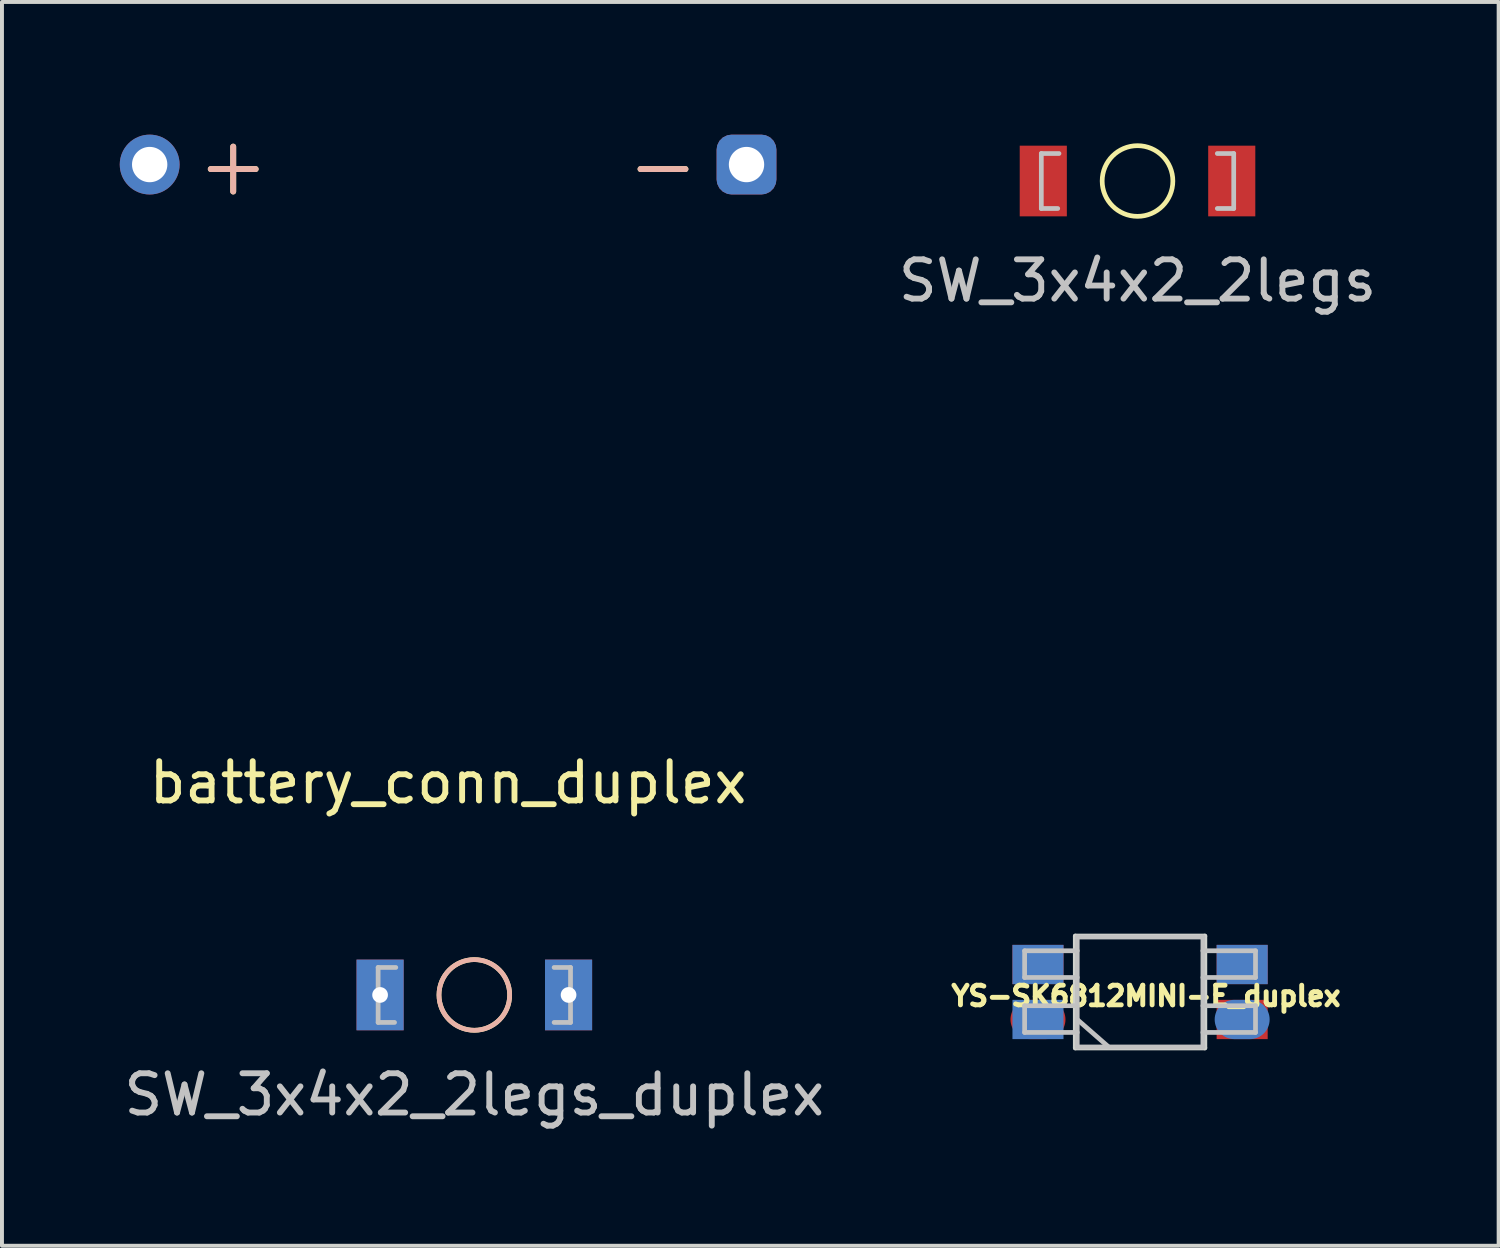
<source format=kicad_pcb>
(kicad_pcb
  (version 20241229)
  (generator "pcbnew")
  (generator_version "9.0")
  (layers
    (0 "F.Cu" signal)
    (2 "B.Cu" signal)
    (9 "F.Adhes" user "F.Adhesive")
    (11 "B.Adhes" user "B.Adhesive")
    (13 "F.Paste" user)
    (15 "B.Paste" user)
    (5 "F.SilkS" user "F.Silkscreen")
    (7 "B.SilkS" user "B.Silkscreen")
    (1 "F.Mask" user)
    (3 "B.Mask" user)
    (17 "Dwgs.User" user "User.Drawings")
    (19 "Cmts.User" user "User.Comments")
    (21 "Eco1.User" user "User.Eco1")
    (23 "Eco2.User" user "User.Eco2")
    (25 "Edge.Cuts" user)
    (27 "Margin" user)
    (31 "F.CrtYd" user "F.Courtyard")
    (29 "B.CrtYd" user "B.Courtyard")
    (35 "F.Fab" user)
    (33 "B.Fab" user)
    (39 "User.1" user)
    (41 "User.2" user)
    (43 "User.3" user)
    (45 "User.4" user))
  (footprint "YS-SK6812MINI-E_duplex"
    (layer "F.Cu")
    (at 25.985 22.214)
    (property "Reference" "YS-SK6812MINI-E_duplex" (at 0.152 0.102 0) (layer "F.SilkS") (effects (font (size 0.5 0.5) (thickness 0.125))))
    (attr through_hole)
    (fp_line (start -2.94 -1.05) (end -1.6 -1.05) (stroke (width 0.12) (type solid)) (layer "Dwgs.User"))
    (fp_line (start -2.94 -0.37) (end -2.94 -1.05) (stroke (width 0.12) (type solid)) (layer "Dwgs.User"))
    (fp_line (start -2.94 0.35) (end -1.6 0.35) (stroke (width 0.12) (type solid)) (layer "Dwgs.User"))
    (fp_line (start -2.94 1.03) (end -2.94 0.35) (stroke (width 0.12) (type solid)) (layer "Dwgs.User"))
    (fp_line (start -1.6 -0.37) (end -2.94 -0.37) (stroke (width 0.12) (type solid)) (layer "Dwgs.User"))
    (fp_line (start -1.6 1.03) (end -2.94 1.03) (stroke (width 0.12) (type solid)) (layer "Dwgs.User"))
    (fp_line (start -1.6 1.4) (end -1.6 -1.4) (stroke (width 0.12) (type solid)) (layer "Dwgs.User"))
    (fp_line (start -0.8 1.4) (end -1.6 0.7) (stroke (width 0.12) (type solid)) (layer "Dwgs.User"))
    (fp_line (start 1.6 -1.4) (end -1.6 -1.4) (stroke (width 0.12) (type solid)) (layer "Dwgs.User"))
    (fp_line (start 1.6 -1.05) (end 2.94 -1.05) (stroke (width 0.12) (type solid)) (layer "Dwgs.User"))
    (fp_line (start 1.6 0.35) (end 2.94 0.35) (stroke (width 0.12) (type solid)) (layer "Dwgs.User"))
    (fp_line (start 1.6 1.4) (end -1.6 1.4) (stroke (width 0.12) (type solid)) (layer "Dwgs.User"))
    (fp_line (start 1.6 1.4) (end 1.6 -1.4) (stroke (width 0.12) (type solid)) (layer "Dwgs.User"))
    (fp_line (start 2.94 -1.05) (end 2.94 -0.37) (stroke (width 0.12) (type solid)) (layer "Dwgs.User"))
    (fp_line (start 2.94 -0.37) (end 1.6 -0.37) (stroke (width 0.12) (type solid)) (layer "Dwgs.User"))
    (fp_line (start 2.94 0.35) (end 2.94 1.03) (stroke (width 0.12) (type solid)) (layer "Dwgs.User"))
    (fp_line (start 2.94 1.03) (end 1.6 1.03) (stroke (width 0.12) (type solid)) (layer "Dwgs.User"))
    (fp_line (start -1.65 -1.425) (end 1.65 -1.425) (stroke (width 0.12) (type solid)) (layer "Edge.Cuts"))
    (fp_line (start -1.65 1.425) (end -1.65 -1.425) (stroke (width 0.12) (type solid)) (layer "Edge.Cuts"))
    (fp_line (start 1.65 -1.425) (end 1.65 1.425) (stroke (width 0.12) (type solid)) (layer "Edge.Cuts"))
    (fp_line (start 1.65 1.425) (end -1.65 1.425) (stroke (width 0.12) (type solid)) (layer "Edge.Cuts"))
    (pad "1" smd rect (at -2.6 -0.7) (size 1.3 1) (layers "B.Cu" "B.Mask" "B.Paste"))
    (pad "1" smd rect (at 2.6 -0.7) (size 1.3 1) (layers "F.Cu" "F.Mask" "F.Paste"))
    (pad "2" smd rect (at -2.6 0.7) (size 1.3 1) (layers "B.Cu" "B.Mask" "B.Paste"))
    (pad "2" smd rect (at 2.6 0.7) (size 1.3 1) (layers "F.Cu" "F.Mask" "F.Paste"))
    (pad "3" smd oval (at -2.6 0.7) (size 1.4 1) (layers "F.Cu" "F.Mask" "F.Paste"))
    (pad "3" smd oval (at 2.6 0.7) (size 1.4 1) (layers "B.Cu" "B.Mask" "B.Paste"))
    (pad "4" smd rect (at -2.6 -0.7) (size 1.3 1) (layers "F.Cu" "F.Mask" "F.Paste"))
    (pad "4" smd rect (at 2.6 -0.7) (size 1.3 1) (layers "B.Cu" "B.Mask" "B.Paste")))
  (footprint "SW_3x4x2_2legs"
    (layer "F.Cu")
    (at 25.92 1.56)
    (property "Reference" "SW_3x4x2_2legs" (at 0 2.54 0) (layer "Dwgs.User") (effects (font (size 1 1) (thickness 0.15))))
    (attr through_hole)
    (fp_circle (center 0 0) (end 0.9 0) (stroke (width 0.12) (type solid)) (fill no) (layer "F.SilkS"))
    (fp_line (start -2.45 -0.7) (end -2 -0.7) (stroke (width 0.12) (type solid)) (layer "Dwgs.User"))
    (fp_line (start -2.45 0.7) (end -2.45 -0.7) (stroke (width 0.12) (type solid)) (layer "Dwgs.User"))
    (fp_line (start -2.45 0.7) (end -2.032 0.7) (stroke (width 0.12) (type solid)) (layer "Dwgs.User"))
    (fp_line (start 2.45 -0.7) (end 2.032 -0.7) (stroke (width 0.12) (type solid)) (layer "Dwgs.User"))
    (fp_line (start 2.45 -0.7) (end 2.45 0.7) (stroke (width 0.12) (type solid)) (layer "Dwgs.User"))
    (fp_line (start 2.45 0.7) (end 2.032 0.7) (stroke (width 0.12) (type solid)) (layer "Dwgs.User"))
    (fp_line (start -1.95 1.5) (end -1.95 -1.5) (stroke (width 0.12) (type solid)) (layer "Eco1.User"))
    (fp_line (start 1.95 -1.5) (end -1.95 -1.5) (stroke (width 0.12) (type solid)) (layer "Eco1.User"))
    (fp_line (start 1.95 1.5) (end -1.95 1.5) (stroke (width 0.12) (type solid)) (layer "Eco1.User"))
    (fp_line (start 1.95 1.5) (end 1.95 -1.5) (stroke (width 0.12) (type solid)) (layer "Eco1.User"))
    (pad "1" smd rect (at -2.4 0) (size 1.2 1.8) (layers "F.Cu" "F.Mask" "F.Paste"))
    (pad "2" smd rect (at 2.4 0) (size 1.2 1.8) (layers "F.Cu" "F.Mask" "F.Paste")))
  (footprint "SW_3x4x2_2legs_duplex"
    (layer "F.Cu")
    (at 9.03 22.289)
    (property "Reference" "SW_3x4x2_2legs_duplex" (at 0 2.54 0) (layer "Dwgs.User") (effects (font (size 1 1) (thickness 0.15))))
    (attr through_hole)
    (fp_circle (center 0 0) (end 0.9 0) (stroke (width 0.12) (type solid)) (fill no) (layer "F.SilkS"))
    (fp_circle (center 0 0) (end 0.9 0) (stroke (width 0.12) (type solid)) (fill no) (layer "B.SilkS"))
    (fp_line (start -2.45 -0.7) (end -2 -0.7) (stroke (width 0.12) (type solid)) (layer "Dwgs.User"))
    (fp_line (start -2.45 0.7) (end -2.45 -0.7) (stroke (width 0.12) (type solid)) (layer "Dwgs.User"))
    (fp_line (start -2.45 0.7) (end -2.032 0.7) (stroke (width 0.12) (type solid)) (layer "Dwgs.User"))
    (fp_line (start 2.45 -0.7) (end 2.032 -0.7) (stroke (width 0.12) (type solid)) (layer "Dwgs.User"))
    (fp_line (start 2.45 -0.7) (end 2.45 0.7) (stroke (width 0.12) (type solid)) (layer "Dwgs.User"))
    (fp_line (start 2.45 0.7) (end 2.032 0.7) (stroke (width 0.12) (type solid)) (layer "Dwgs.User"))
    (fp_line (start -1.95 1.5) (end -1.95 -1.5) (stroke (width 0.12) (type solid)) (layer "Eco1.User"))
    (fp_line (start 1.95 -1.5) (end -1.95 -1.5) (stroke (width 0.12) (type solid)) (layer "Eco1.User"))
    (fp_line (start 1.95 1.5) (end -1.95 1.5) (stroke (width 0.12) (type solid)) (layer "Eco1.User"))
    (fp_line (start 1.95 1.5) (end 1.95 -1.5) (stroke (width 0.12) (type solid)) (layer "Eco1.User"))
    (pad "1" thru_hole rect (at -2.4 0) (size 1.2 1.8) (drill 0.4) (layers "*.Cu" "*.Paste" "*.Mask"))
    (pad "2" thru_hole rect (at 2.4 0) (size 1.2 1.8) (drill 0.4) (layers "*.Cu" "*.Paste" "*.Mask")))
  (footprint "battery_conn_duplex"
    (layer "F.Cu")
    (at 8.362 16.381)
    (property "Reference" "battery_conn_duplex" (at 0 0.5 0) (layer "F.SilkS") (effects (font (size 1 1) (thickness 0.15))))
    (attr through_hole)
    (fp_text user "+" (at -6.5 -15.24 0) (layer "F.SilkS") (effects (font (size 1.5 1.5) (thickness 0.15)) (justify left)))
    (fp_text user "-" (at 6.5 -15.24 0) (layer "F.SilkS") (effects (font (size 1.5 1.5) (thickness 0.15)) (justify right)))
    (fp_text user "+" (at -6.5 -15.24 0) (layer "B.SilkS") (effects (font (size 1.5 1.5) (thickness 0.15)) (justify right mirror)))
    (fp_text user "-" (at 6.5 -15.24 0) (layer "B.SilkS") (effects (font (size 1.5 1.5) (thickness 0.15)) (justify left mirror)))
    (pad "1" thru_hole circle (at -7.6 -15.24 90) (size 1.524 1.524) (drill 0.9) (layers "*.Cu" "*.Paste" "*.Mask"))
    (pad "2" thru_hole roundrect (at 7.6 -15.24) (size 1.524 1.524) (drill 0.9) (layers "*.Cu" "*.Paste" "*.Mask") (roundrect_rratio 0.25)))
  (gr_rect
    (start -3 -3)
    (end 35.117 28.677)
    (stroke (width 0.1) (type default))
    (fill no)
    (layer "Edge.Cuts")))
</source>
